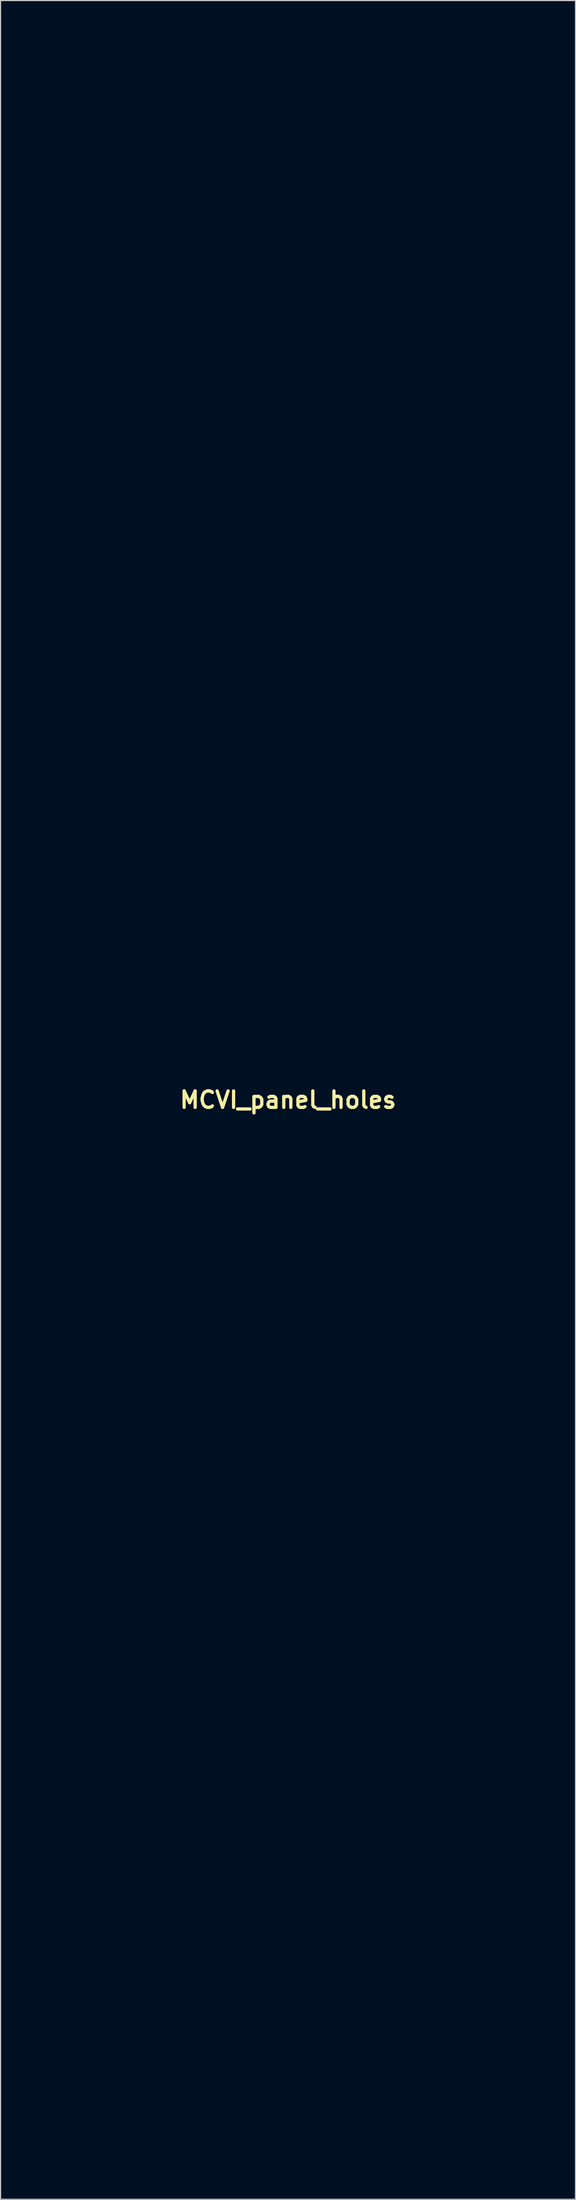
<source format=kicad_pcb>
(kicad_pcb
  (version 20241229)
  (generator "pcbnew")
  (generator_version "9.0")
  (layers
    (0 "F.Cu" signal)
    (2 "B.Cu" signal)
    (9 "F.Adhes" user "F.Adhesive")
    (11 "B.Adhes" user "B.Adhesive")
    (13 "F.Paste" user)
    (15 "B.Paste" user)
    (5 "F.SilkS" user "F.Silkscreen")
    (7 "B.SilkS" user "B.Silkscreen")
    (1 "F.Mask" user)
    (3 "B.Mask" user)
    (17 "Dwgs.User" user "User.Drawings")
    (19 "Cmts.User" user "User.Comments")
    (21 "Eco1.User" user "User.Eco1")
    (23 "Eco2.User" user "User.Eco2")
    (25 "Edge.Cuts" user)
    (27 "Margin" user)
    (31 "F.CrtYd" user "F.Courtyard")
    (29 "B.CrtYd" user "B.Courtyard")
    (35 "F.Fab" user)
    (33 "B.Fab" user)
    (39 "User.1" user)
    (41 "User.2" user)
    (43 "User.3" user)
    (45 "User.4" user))
  (footprint "MCVI_panel_holes"
    (layer "F.Cu")
    (at 23.602 98.606)
    (property "Reference" "MCVI_panel_holes" (at 0 0 0) (layer "F.SilkS") (effects (font (size 1.524 1.524) (thickness 0.3))))
    (attr through_hole)
    (fp_poly (pts (xy -10.82 78.42) (xy -10.555 78.493) (xy -10.307 78.61) (xy -10.083 78.767) (xy -9.887 78.958) (xy -9.724 79.18) (xy -9.601 79.426) (xy -9.535 79.629) (xy -9.508 79.795) (xy -9.501 79.988) (xy -9.512 80.188) (xy -9.54 80.377) (xy -9.582 80.524) (xy -9.705 80.786) (xy -9.866 81.019) (xy -10.061 81.219) (xy -10.286 81.381) (xy -10.536 81.502) (xy -10.63 81.534) (xy -10.801 81.573) (xy -10.992 81.596) (xy -11.184 81.6) (xy -11.357 81.586) (xy -11.417 81.574) (xy -11.693 81.488) (xy -11.939 81.36) (xy -12.163 81.189) (xy -12.277 81.075) (xy -12.45 80.853) (xy -12.579 80.609) (xy -12.662 80.351) (xy -12.699 80.083) (xy -12.692 79.883) (xy -12.09 79.883) (xy -12.09 80.137) (xy -11.227 80.137) (xy -11.227 81.001) (xy -10.973 81.001) (xy -10.973 80.137) (xy -10.109 80.137) (xy -10.109 79.883) (xy -10.973 79.883) (xy -10.973 78.994) (xy -11.227 78.994) (xy -11.227 79.883) (xy -12.09 79.883) (xy -12.692 79.883) (xy -12.689 79.809) (xy -12.632 79.536) (xy -12.528 79.273) (xy -12.428 79.108) (xy -12.292 78.94) (xy -12.133 78.784) (xy -11.966 78.653) (xy -11.849 78.583) (xy -11.582 78.471) (xy -11.307 78.408) (xy -11.029 78.396) (xy -10.82 78.42)) (stroke (width 0.01) (type solid)) (fill no) (layer "Eco1.User"))
    (fp_poly (pts (xy 11.463 78.437) (xy 11.72 78.522) (xy 11.962 78.652) (xy 12.169 78.813) (xy 12.367 79.024) (xy 12.517 79.254) (xy 12.622 79.504) (xy 12.68 79.777) (xy 12.693 79.921) (xy 12.686 80.204) (xy 12.636 80.463) (xy 12.54 80.702) (xy 12.396 80.928) (xy 12.231 81.117) (xy 12.088 81.251) (xy 11.956 81.353) (xy 11.817 81.432) (xy 11.656 81.5) (xy 11.584 81.526) (xy 11.396 81.573) (xy 11.189 81.598) (xy 10.984 81.6) (xy 10.8 81.578) (xy 10.782 81.574) (xy 10.495 81.483) (xy 10.24 81.352) (xy 10.017 81.184) (xy 9.829 80.978) (xy 9.675 80.735) (xy 9.582 80.524) (xy 9.538 80.364) (xy 9.51 80.174) (xy 9.501 79.973) (xy 9.505 79.883) (xy 10.109 79.883) (xy 10.109 80.137) (xy 10.973 80.137) (xy 10.973 81.001) (xy 11.227 81.001) (xy 11.227 80.137) (xy 12.09 80.137) (xy 12.09 79.883) (xy 11.227 79.883) (xy 11.227 78.994) (xy 10.973 78.994) (xy 10.973 79.883) (xy 10.109 79.883) (xy 9.505 79.883) (xy 9.509 79.782) (xy 9.535 79.629) (xy 9.626 79.367) (xy 9.76 79.125) (xy 9.932 78.907) (xy 10.136 78.722) (xy 10.368 78.576) (xy 10.389 78.565) (xy 10.653 78.462) (xy 10.924 78.406) (xy 11.195 78.399) (xy 11.463 78.437)) (stroke (width 0.01) (type solid)) (fill no) (layer "Eco1.User"))
    (fp_poly (pts (xy 0.385 47.495) (xy 0.708 47.567) (xy 1.02 47.682) (xy 1.318 47.84) (xy 1.597 48.04) (xy 1.766 48.195) (xy 1.998 48.462) (xy 2.187 48.751) (xy 2.333 49.059) (xy 2.434 49.381) (xy 2.491 49.712) (xy 2.503 50.048) (xy 2.469 50.383) (xy 2.389 50.714) (xy 2.263 51.036) (xy 2.1 51.33) (xy 1.889 51.61) (xy 1.645 51.854) (xy 1.373 52.06) (xy 1.075 52.226) (xy 0.758 52.351) (xy 0.424 52.432) (xy 0.079 52.467) (xy -0.273 52.455) (xy -0.406 52.438) (xy -0.739 52.361) (xy -1.055 52.238) (xy -1.35 52.074) (xy -1.621 51.871) (xy -1.863 51.635) (xy -2.072 51.368) (xy -2.244 51.075) (xy -2.375 50.759) (xy -2.426 50.584) (xy -2.488 50.234) (xy -2.502 49.886) (xy -0.991 49.886) (xy -0.991 50.114) (xy -0.127 50.114) (xy -0.127 50.952) (xy 0.127 50.952) (xy 0.127 50.114) (xy 0.991 50.114) (xy 0.991 49.886) (xy 0.127 49.886) (xy 0.127 48.971) (xy -0.127 48.971) (xy -0.127 49.886) (xy -0.991 49.886) (xy -2.502 49.886) (xy -2.502 49.884) (xy -2.467 49.54) (xy -2.385 49.205) (xy -2.257 48.885) (xy -2.085 48.583) (xy -1.869 48.304) (xy -1.766 48.195) (xy -1.503 47.966) (xy -1.217 47.78) (xy -0.914 47.637) (xy -0.597 47.537) (xy -0.272 47.48) (xy 0.057 47.466) (xy 0.385 47.495)) (stroke (width 0.01) (type solid)) (fill no) (layer "Eco1.User"))
    (fp_poly (pts (xy 0.161 22.474) (xy 0.286 22.479) (xy 0.391 22.489) (xy 0.49 22.507) (xy 0.598 22.533) (xy 0.61 22.536) (xy 0.939 22.644) (xy 1.237 22.788) (xy 1.51 22.972) (xy 1.768 23.201) (xy 1.779 23.212) (xy 2.009 23.48) (xy 2.197 23.771) (xy 2.341 24.081) (xy 2.44 24.405) (xy 2.494 24.738) (xy 2.502 25.077) (xy 2.464 25.415) (xy 2.378 25.749) (xy 2.251 26.061) (xy 2.074 26.366) (xy 1.858 26.641) (xy 1.607 26.882) (xy 1.327 27.087) (xy 1.02 27.252) (xy 0.69 27.373) (xy 0.508 27.419) (xy 0.338 27.446) (xy 0.146 27.463) (xy -0.048 27.47) (xy -0.222 27.464) (xy -0.282 27.458) (xy -0.629 27.391) (xy -0.954 27.28) (xy -1.256 27.13) (xy -1.531 26.945) (xy -1.776 26.727) (xy -1.991 26.481) (xy -2.171 26.21) (xy -2.315 25.917) (xy -2.421 25.607) (xy -2.485 25.283) (xy -2.506 24.949) (xy -2.499 24.867) (xy -0.991 24.867) (xy -0.991 25.121) (xy -0.127 25.121) (xy -0.127 25.959) (xy 0.127 25.959) (xy 0.127 25.121) (xy 0.991 25.121) (xy 0.991 24.867) (xy 0.127 24.867) (xy 0.127 23.978) (xy -0.127 23.978) (xy -0.127 24.867) (xy -0.991 24.867) (xy -2.499 24.867) (xy -2.48 24.608) (xy -2.413 24.289) (xy -2.297 23.964) (xy -2.134 23.657) (xy -1.926 23.372) (xy -1.768 23.2) (xy -1.507 22.969) (xy -1.228 22.783) (xy -0.923 22.638) (xy -0.61 22.536) (xy -0.5 22.509) (xy -0.401 22.491) (xy -0.297 22.48) (xy -0.175 22.474) (xy -0.018 22.472) (xy 0 22.472) (xy 0.161 22.474)) (stroke (width 0.01) (type solid)) (fill no) (layer "Eco1.User"))
    (fp_poly (pts (xy 20.066 95.406) (xy 20.369 95.407) (xy 20.654 95.408) (xy 22.339 95.415) (xy 22.522 95.482) (xy 22.783 95.603) (xy 23.015 95.766) (xy 23.214 95.966) (xy 23.38 96.201) (xy 23.508 96.469) (xy 23.536 96.545) (xy 23.567 96.678) (xy 23.583 96.843) (xy 23.587 97.024) (xy 23.576 97.206) (xy 23.553 97.371) (xy 23.528 97.472) (xy 23.42 97.729) (xy 23.27 97.964) (xy 23.083 98.17) (xy 22.863 98.344) (xy 22.615 98.48) (xy 22.479 98.534) (xy 22.445 98.545) (xy 22.412 98.554) (xy 22.375 98.563) (xy 22.331 98.569) (xy 22.276 98.575) (xy 22.205 98.58) (xy 22.114 98.583) (xy 22 98.586) (xy 21.859 98.588) (xy 21.687 98.59) (xy 21.479 98.591) (xy 21.231 98.592) (xy 20.941 98.593) (xy 20.65 98.594) (xy 20.363 98.594) (xy 20.09 98.595) (xy 19.835 98.594) (xy 19.604 98.594) (xy 19.399 98.593) (xy 19.227 98.592) (xy 19.09 98.591) (xy 18.994 98.589) (xy 18.942 98.587) (xy 18.936 98.587) (xy 18.771 98.547) (xy 18.636 98.502) (xy 18.509 98.447) (xy 18.507 98.446) (xy 18.26 98.299) (xy 18.048 98.118) (xy 17.873 97.906) (xy 17.738 97.668) (xy 17.646 97.408) (xy 17.6 97.131) (xy 17.594 97.003) (xy 17.602 96.813) (xy 17.63 96.643) (xy 17.681 96.476) (xy 17.76 96.293) (xy 17.892 96.072) (xy 18.065 95.872) (xy 18.269 95.698) (xy 18.498 95.558) (xy 18.741 95.46) (xy 18.812 95.44) (xy 18.849 95.432) (xy 18.896 95.425) (xy 18.956 95.42) (xy 19.033 95.415) (xy 19.13 95.412) (xy 19.253 95.409) (xy 19.404 95.407) (xy 19.587 95.406) (xy 19.806 95.406) (xy 20.066 95.406)) (stroke (width 0.01) (type solid)) (fill no) (layer "Eco1.User"))
    (fp_poly (pts (xy 20.079 -98.6) (xy 20.389 -98.599) (xy 20.676 -98.598) (xy 21.004 -98.596) (xy 21.287 -98.595) (xy 21.526 -98.593) (xy 21.727 -98.591) (xy 21.893 -98.589) (xy 22.028 -98.586) (xy 22.137 -98.583) (xy 22.223 -98.579) (xy 22.29 -98.574) (xy 22.343 -98.568) (xy 22.385 -98.56) (xy 22.421 -98.552) (xy 22.455 -98.542) (xy 22.479 -98.533) (xy 22.738 -98.419) (xy 22.973 -98.264) (xy 23.178 -98.074) (xy 23.348 -97.853) (xy 23.478 -97.607) (xy 23.528 -97.472) (xy 23.561 -97.328) (xy 23.58 -97.157) (xy 23.587 -96.973) (xy 23.58 -96.795) (xy 23.56 -96.637) (xy 23.536 -96.545) (xy 23.418 -96.269) (xy 23.262 -96.025) (xy 23.071 -95.815) (xy 22.848 -95.643) (xy 22.594 -95.51) (xy 22.522 -95.482) (xy 22.339 -95.415) (xy 20.637 -95.41) (xy 20.291 -95.409) (xy 19.992 -95.409) (xy 19.736 -95.409) (xy 19.52 -95.41) (xy 19.34 -95.411) (xy 19.192 -95.413) (xy 19.074 -95.416) (xy 18.98 -95.42) (xy 18.907 -95.425) (xy 18.852 -95.431) (xy 18.812 -95.438) (xy 18.796 -95.442) (xy 18.553 -95.531) (xy 18.322 -95.661) (xy 18.112 -95.827) (xy 17.931 -96.021) (xy 17.789 -96.236) (xy 17.76 -96.293) (xy 17.68 -96.479) (xy 17.629 -96.647) (xy 17.602 -96.816) (xy 17.594 -97.003) (xy 17.619 -97.282) (xy 17.691 -97.547) (xy 17.807 -97.795) (xy 17.962 -98.02) (xy 18.155 -98.217) (xy 18.381 -98.381) (xy 18.605 -98.495) (xy 18.659 -98.516) (xy 18.712 -98.535) (xy 18.768 -98.551) (xy 18.832 -98.564) (xy 18.906 -98.575) (xy 18.996 -98.583) (xy 19.105 -98.59) (xy 19.237 -98.595) (xy 19.396 -98.598) (xy 19.587 -98.6) (xy 19.814 -98.6) (xy 20.079 -98.6)) (stroke (width 0.01) (type solid)) (fill no) (layer "Eco1.User"))
    (fp_poly (pts (xy 0.253 -2.518) (xy 0.473 -2.493) (xy 0.677 -2.448) (xy 0.879 -2.378) (xy 1.062 -2.298) (xy 1.302 -2.171) (xy 1.51 -2.031) (xy 1.705 -1.862) (xy 1.793 -1.774) (xy 2.025 -1.501) (xy 2.211 -1.205) (xy 2.354 -0.884) (xy 2.442 -0.592) (xy 2.471 -0.432) (xy 2.49 -0.243) (xy 2.498 -0.042) (xy 2.496 0.154) (xy 2.482 0.328) (xy 2.467 0.419) (xy 2.369 0.772) (xy 2.228 1.101) (xy 2.047 1.402) (xy 1.828 1.673) (xy 1.573 1.911) (xy 1.286 2.111) (xy 1.105 2.21) (xy 0.914 2.298) (xy 0.741 2.362) (xy 0.571 2.406) (xy 0.388 2.434) (xy 0.178 2.449) (xy 0.064 2.452) (xy -0.076 2.454) (xy -0.201 2.454) (xy -0.302 2.452) (xy -0.367 2.449) (xy -0.381 2.447) (xy -0.747 2.352) (xy -1.085 2.216) (xy -1.393 2.042) (xy -1.668 1.831) (xy -1.909 1.585) (xy -2.114 1.305) (xy -2.22 1.118) (xy -2.342 0.85) (xy -2.426 0.594) (xy -2.477 0.332) (xy -2.497 0.047) (xy -2.498 -0.051) (xy -2.492 -0.127) (xy -0.991 -0.127) (xy -0.991 0.127) (xy -0.127 0.127) (xy -0.127 0.965) (xy 0.127 0.965) (xy 0.127 0.127) (xy 0.991 0.127) (xy 0.991 -0.127) (xy 0.127 -0.127) (xy 0.127 -1.016) (xy -0.127 -1.016) (xy -0.127 -0.127) (xy -0.991 -0.127) (xy -2.492 -0.127) (xy -2.472 -0.409) (xy -2.398 -0.751) (xy -2.278 -1.075) (xy -2.111 -1.378) (xy -1.9 -1.658) (xy -1.735 -1.831) (xy -1.589 -1.965) (xy -1.459 -2.07) (xy -1.328 -2.158) (xy -1.18 -2.24) (xy -1.057 -2.301) (xy -0.844 -2.392) (xy -0.642 -2.457) (xy -0.436 -2.499) (xy -0.209 -2.52) (xy 0 -2.525) (xy 0.253 -2.518)) (stroke (width 0.01) (type solid)) (fill no) (layer "Eco1.User"))
    (fp_poly (pts (xy -20.393 95.398) (xy -20.126 95.399) (xy -19.868 95.401) (xy -19.626 95.405) (xy -19.404 95.409) (xy -19.208 95.414) (xy -19.044 95.421) (xy -18.917 95.428) (xy -18.832 95.436) (xy -18.808 95.441) (xy -18.557 95.529) (xy -18.321 95.661) (xy -18.108 95.828) (xy -17.927 96.025) (xy -17.784 96.246) (xy -17.76 96.293) (xy -17.683 96.472) (xy -17.633 96.631) (xy -17.606 96.792) (xy -17.597 96.974) (xy -17.598 97.012) (xy -17.623 97.299) (xy -17.695 97.566) (xy -17.812 97.811) (xy -17.97 98.032) (xy -18.17 98.225) (xy -18.408 98.39) (xy -18.684 98.522) (xy -18.713 98.534) (xy -18.743 98.545) (xy -18.773 98.554) (xy -18.807 98.562) (xy -18.849 98.569) (xy -18.903 98.575) (xy -18.973 98.579) (xy -19.063 98.583) (xy -19.176 98.586) (xy -19.317 98.588) (xy -19.49 98.59) (xy -19.698 98.592) (xy -19.946 98.593) (xy -20.236 98.594) (xy -20.536 98.595) (xy -20.871 98.596) (xy -21.159 98.597) (xy -21.404 98.597) (xy -21.61 98.597) (xy -21.782 98.596) (xy -21.923 98.594) (xy -22.038 98.592) (xy -22.129 98.588) (xy -22.202 98.584) (xy -22.261 98.579) (xy -22.308 98.572) (xy -22.35 98.564) (xy -22.388 98.554) (xy -22.394 98.553) (xy -22.66 98.457) (xy -22.9 98.321) (xy -23.11 98.148) (xy -23.288 97.944) (xy -23.428 97.712) (xy -23.529 97.458) (xy -23.585 97.186) (xy -23.597 96.991) (xy -23.572 96.717) (xy -23.501 96.455) (xy -23.388 96.211) (xy -23.236 95.989) (xy -23.049 95.795) (xy -22.831 95.633) (xy -22.586 95.509) (xy -22.384 95.442) (xy -22.323 95.433) (xy -22.217 95.425) (xy -22.07 95.418) (xy -21.89 95.412) (xy -21.68 95.407) (xy -21.448 95.403) (xy -21.197 95.401) (xy -20.934 95.399) (xy -20.664 95.398) (xy -20.393 95.398)) (stroke (width 0.01) (type solid)) (fill no) (layer "Eco1.User"))
    (fp_poly (pts (xy -19.586 -98.6) (xy -19.414 -98.599) (xy -19.272 -98.598) (xy -19.157 -98.595) (xy -19.065 -98.591) (xy -18.992 -98.587) (xy -18.933 -98.581) (xy -18.885 -98.574) (xy -18.844 -98.566) (xy -18.834 -98.563) (xy -18.571 -98.476) (xy -18.327 -98.345) (xy -18.11 -98.177) (xy -17.925 -97.977) (xy -17.779 -97.748) (xy -17.77 -97.73) (xy -17.685 -97.537) (xy -17.631 -97.352) (xy -17.604 -97.156) (xy -17.599 -96.99) (xy -17.619 -96.717) (xy -17.68 -96.469) (xy -17.785 -96.239) (xy -17.936 -96.021) (xy -18.072 -95.872) (xy -18.287 -95.686) (xy -18.515 -95.548) (xy -18.762 -95.453) (xy -18.808 -95.441) (xy -18.867 -95.432) (xy -18.971 -95.425) (xy -19.115 -95.419) (xy -19.294 -95.413) (xy -19.502 -95.409) (xy -19.733 -95.405) (xy -19.982 -95.403) (xy -20.244 -95.401) (xy -20.512 -95.401) (xy -20.783 -95.401) (xy -21.05 -95.402) (xy -21.307 -95.404) (xy -21.55 -95.407) (xy -21.773 -95.411) (xy -21.97 -95.416) (xy -22.136 -95.422) (xy -22.266 -95.429) (xy -22.353 -95.437) (xy -22.382 -95.442) (xy -22.61 -95.519) (xy -22.834 -95.637) (xy -23.041 -95.786) (xy -23.215 -95.957) (xy -23.244 -95.993) (xy -23.352 -96.153) (xy -23.451 -96.343) (xy -23.53 -96.542) (xy -23.561 -96.647) (xy -23.586 -96.804) (xy -23.593 -96.989) (xy -23.582 -97.184) (xy -23.554 -97.368) (xy -23.524 -97.485) (xy -23.417 -97.737) (xy -23.268 -97.967) (xy -23.081 -98.172) (xy -22.862 -98.344) (xy -22.617 -98.479) (xy -22.479 -98.534) (xy -22.445 -98.545) (xy -22.411 -98.554) (xy -22.374 -98.563) (xy -22.329 -98.57) (xy -22.273 -98.575) (xy -22.2 -98.58) (xy -22.108 -98.584) (xy -21.993 -98.587) (xy -21.85 -98.59) (xy -21.674 -98.592) (xy -21.464 -98.593) (xy -21.213 -98.595) (xy -20.919 -98.596) (xy -20.663 -98.598) (xy -20.328 -98.599) (xy -20.039 -98.6) (xy -19.793 -98.601) (xy -19.586 -98.6)) (stroke (width 0.01) (type solid)) (fill no) (layer "Eco1.User"))
    (fp_poly (pts (xy -12.333 -29.958) (xy -11.841 -29.869) (xy -11.745 -29.846) (xy -11.278 -29.702) (xy -10.832 -29.514) (xy -10.409 -29.284) (xy -10.012 -29.015) (xy -9.643 -28.709) (xy -9.305 -28.37) (xy -8.999 -28.001) (xy -8.73 -27.603) (xy -8.498 -27.18) (xy -8.307 -26.735) (xy -8.159 -26.27) (xy -8.057 -25.789) (xy -8.041 -25.683) (xy -8.022 -25.502) (xy -8.009 -25.289) (xy -8.003 -25.059) (xy -8.003 -24.829) (xy -8.01 -24.615) (xy -8.025 -24.433) (xy -8.028 -24.409) (xy -8.115 -23.909) (xy -8.248 -23.427) (xy -8.428 -22.964) (xy -8.651 -22.523) (xy -8.917 -22.107) (xy -9.223 -21.719) (xy -9.568 -21.361) (xy -9.95 -21.035) (xy -10.266 -20.81) (xy -10.686 -20.564) (xy -11.129 -20.361) (xy -11.591 -20.2) (xy -12.066 -20.085) (xy -12.549 -20.015) (xy -13.034 -19.993) (xy -13.5 -20.018) (xy -13.994 -20.094) (xy -14.476 -20.219) (xy -14.942 -20.391) (xy -15.389 -20.608) (xy -15.813 -20.868) (xy -16.211 -21.17) (xy -16.533 -21.465) (xy -16.869 -21.836) (xy -17.162 -22.232) (xy -17.413 -22.65) (xy -17.619 -23.087) (xy -17.782 -23.54) (xy -17.9 -24.004) (xy -17.973 -24.477) (xy -18 -24.956) (xy -17.994 -25.121) (xy -15.494 -25.121) (xy -15.494 -24.867) (xy -13.132 -24.867) (xy -13.132 -22.504) (xy -12.878 -22.504) (xy -12.878 -24.867) (xy -10.49 -24.867) (xy -10.49 -25.12) (xy -12.865 -25.133) (xy -12.872 -26.321) (xy -12.878 -27.508) (xy -13.132 -27.508) (xy -13.132 -25.121) (xy -15.494 -25.121) (xy -17.994 -25.121) (xy -17.981 -25.437) (xy -17.915 -25.917) (xy -17.801 -26.392) (xy -17.639 -26.86) (xy -17.501 -27.173) (xy -17.262 -27.611) (xy -16.985 -28.018) (xy -16.675 -28.39) (xy -16.333 -28.728) (xy -15.962 -29.029) (xy -15.566 -29.292) (xy -15.148 -29.516) (xy -14.71 -29.699) (xy -14.256 -29.841) (xy -13.788 -29.939) (xy -13.31 -29.992) (xy -12.824 -29.999) (xy -12.333 -29.958)) (stroke (width 0.01) (type solid)) (fill no) (layer "Eco1.User"))
    (fp_poly (pts (xy 13.175 67.503) (xy 13.498 67.548) (xy 13.811 67.634) (xy 14.11 67.76) (xy 14.391 67.923) (xy 14.65 68.121) (xy 14.882 68.354) (xy 15.085 68.619) (xy 15.253 68.915) (xy 15.384 69.24) (xy 15.423 69.367) (xy 15.445 69.456) (xy 15.461 69.539) (xy 15.471 69.628) (xy 15.477 69.733) (xy 15.48 69.868) (xy 15.48 70.015) (xy 15.479 70.179) (xy 15.475 70.303) (xy 15.469 70.401) (xy 15.458 70.482) (xy 15.442 70.559) (xy 15.418 70.643) (xy 15.409 70.675) (xy 15.325 70.92) (xy 15.228 71.134) (xy 15.11 71.338) (xy 15.057 71.418) (xy 14.839 71.69) (xy 14.587 71.93) (xy 14.305 72.132) (xy 14 72.294) (xy 13.677 72.41) (xy 13.663 72.414) (xy 13.566 72.436) (xy 13.444 72.459) (xy 13.31 72.48) (xy 13.177 72.498) (xy 13.061 72.51) (xy 12.975 72.514) (xy 12.954 72.513) (xy 12.912 72.509) (xy 12.834 72.501) (xy 12.737 72.491) (xy 12.718 72.489) (xy 12.379 72.43) (xy 12.061 72.326) (xy 11.766 72.184) (xy 11.496 72.005) (xy 11.253 71.795) (xy 11.041 71.557) (xy 10.86 71.295) (xy 10.713 71.012) (xy 10.602 70.713) (xy 10.529 70.401) (xy 10.496 70.08) (xy 10.502 69.875) (xy 12.014 69.875) (xy 12.014 70.129) (xy 12.878 70.129) (xy 12.878 70.993) (xy 13.132 70.993) (xy 13.132 70.129) (xy 13.995 70.129) (xy 13.995 69.875) (xy 13.132 69.875) (xy 13.132 69.012) (xy 12.878 69.012) (xy 12.878 69.875) (xy 12.014 69.875) (xy 10.502 69.875) (xy 10.506 69.754) (xy 10.56 69.428) (xy 10.662 69.103) (xy 10.732 68.94) (xy 10.853 68.709) (xy 10.986 68.51) (xy 11.144 68.323) (xy 11.269 68.198) (xy 11.415 68.064) (xy 11.544 67.959) (xy 11.671 67.872) (xy 11.811 67.793) (xy 11.856 67.77) (xy 12.182 67.633) (xy 12.512 67.544) (xy 12.845 67.501) (xy 13.175 67.503)) (stroke (width 0.01) (type solid)) (fill no) (layer "Eco1.User"))
    (fp_poly (pts (xy 13.585 45.031) (xy 14.063 45.112) (xy 14.529 45.238) (xy 14.982 45.409) (xy 15.418 45.625) (xy 15.834 45.883) (xy 16.227 46.184) (xy 16.594 46.526) (xy 16.909 46.879) (xy 17.175 47.244) (xy 17.408 47.641) (xy 17.606 48.063) (xy 17.766 48.505) (xy 17.887 48.959) (xy 17.966 49.418) (xy 18.001 49.875) (xy 17.99 50.323) (xy 17.988 50.347) (xy 17.921 50.861) (xy 17.807 51.357) (xy 17.649 51.832) (xy 17.446 52.284) (xy 17.201 52.711) (xy 16.915 53.111) (xy 16.588 53.482) (xy 16.222 53.822) (xy 15.818 54.129) (xy 15.735 54.185) (xy 15.312 54.434) (xy 14.866 54.64) (xy 14.4 54.801) (xy 13.921 54.916) (xy 13.433 54.984) (xy 12.94 55.004) (xy 12.636 54.991) (xy 12.142 54.93) (xy 11.664 54.823) (xy 11.204 54.672) (xy 10.765 54.478) (xy 10.349 54.245) (xy 9.958 53.974) (xy 9.596 53.668) (xy 9.264 53.329) (xy 8.965 52.96) (xy 8.701 52.562) (xy 8.475 52.139) (xy 8.289 51.692) (xy 8.145 51.224) (xy 8.047 50.736) (xy 8.028 50.597) (xy 8.014 50.449) (xy 8.006 50.264) (xy 8.002 50.061) (xy 8.003 49.86) (xy 10.49 49.86) (xy 10.49 50.14) (xy 12.878 50.14) (xy 12.878 52.502) (xy 13.132 52.502) (xy 13.132 50.14) (xy 15.494 50.14) (xy 15.494 49.86) (xy 13.132 49.86) (xy 13.132 47.498) (xy 12.878 47.498) (xy 12.878 49.86) (xy 10.49 49.86) (xy 8.003 49.86) (xy 8.003 49.852) (xy 8.009 49.655) (xy 8.019 49.484) (xy 8.028 49.402) (xy 8.113 48.912) (xy 8.245 48.439) (xy 8.42 47.984) (xy 8.637 47.551) (xy 8.893 47.142) (xy 9.186 46.761) (xy 9.513 46.41) (xy 9.872 46.091) (xy 10.262 45.808) (xy 10.678 45.563) (xy 11.12 45.359) (xy 11.585 45.198) (xy 11.626 45.186) (xy 12.117 45.074) (xy 12.61 45.011) (xy 13.1 44.997) (xy 13.585 45.031)) (stroke (width 0.01) (type solid)) (fill no) (layer "Eco1.User"))
    (fp_poly (pts (xy 0.013 -27.518) (xy 0.177 -27.517) (xy 0.301 -27.514) (xy 0.398 -27.508) (xy 0.479 -27.497) (xy 0.556 -27.481) (xy 0.639 -27.458) (xy 0.668 -27.449) (xy 1.018 -27.318) (xy 1.336 -27.149) (xy 1.62 -26.943) (xy 1.869 -26.702) (xy 2.082 -26.426) (xy 2.234 -26.162) (xy 2.349 -25.904) (xy 2.429 -25.653) (xy 2.476 -25.395) (xy 2.496 -25.113) (xy 2.496 -25.006) (xy 2.472 -24.651) (xy 2.402 -24.318) (xy 2.285 -24.005) (xy 2.122 -23.708) (xy 1.91 -23.426) (xy 1.803 -23.308) (xy 1.705 -23.21) (xy 1.599 -23.112) (xy 1.502 -23.03) (xy 1.459 -22.998) (xy 1.301 -22.897) (xy 1.112 -22.797) (xy 0.912 -22.707) (xy 0.72 -22.634) (xy 0.622 -22.605) (xy 0.466 -22.574) (xy 0.278 -22.552) (xy 0.074 -22.54) (xy -0.13 -22.538) (xy -0.315 -22.548) (xy -0.449 -22.566) (xy -0.655 -22.612) (xy -0.842 -22.673) (xy -1.035 -22.756) (xy -1.105 -22.79) (xy -1.337 -22.918) (xy -1.541 -23.063) (xy -1.735 -23.238) (xy -1.803 -23.308) (xy -2.02 -23.562) (xy -2.192 -23.825) (xy -2.326 -24.108) (xy -2.428 -24.424) (xy -2.43 -24.432) (xy -2.461 -24.561) (xy -2.48 -24.681) (xy -2.492 -24.811) (xy -2.496 -24.97) (xy -2.497 -25.006) (xy -2.496 -25.121) (xy -0.991 -25.121) (xy -0.991 -24.867) (xy -0.127 -24.867) (xy -0.127 -24.028) (xy 0.127 -24.028) (xy 0.127 -24.867) (xy 0.991 -24.867) (xy 0.991 -25.121) (xy 0.127 -25.121) (xy 0.127 -26.035) (xy -0.127 -26.035) (xy -0.127 -25.121) (xy -0.991 -25.121) (xy -2.496 -25.121) (xy -2.495 -25.148) (xy -2.489 -25.286) (xy -2.479 -25.406) (xy -2.467 -25.489) (xy -2.367 -25.848) (xy -2.226 -26.179) (xy -2.044 -26.479) (xy -1.824 -26.748) (xy -1.568 -26.983) (xy -1.275 -27.183) (xy -0.949 -27.347) (xy -0.591 -27.472) (xy -0.584 -27.474) (xy -0.506 -27.492) (xy -0.419 -27.505) (xy -0.314 -27.513) (xy -0.179 -27.518) (xy -0.005 -27.519) (xy 0.013 -27.518)) (stroke (width 0.01) (type solid)) (fill no) (layer "Eco1.User"))
    (fp_poly (pts (xy -12.731 20.003) (xy -12.258 20.051) (xy -11.786 20.145) (xy -11.318 20.286) (xy -10.857 20.476) (xy -10.833 20.487) (xy -10.398 20.722) (xy -9.992 20.997) (xy -9.617 21.309) (xy -9.276 21.656) (xy -8.97 22.034) (xy -8.701 22.441) (xy -8.472 22.875) (xy -8.285 23.332) (xy -8.14 23.81) (xy -8.041 24.306) (xy -8.037 24.333) (xy -8.019 24.511) (xy -8.008 24.724) (xy -8.005 24.96) (xy -8.008 25.203) (xy -8.019 25.439) (xy -8.037 25.655) (xy -8.061 25.837) (xy -8.064 25.857) (xy -8.178 26.348) (xy -8.337 26.818) (xy -8.538 27.265) (xy -8.779 27.687) (xy -9.057 28.08) (xy -9.371 28.445) (xy -9.717 28.776) (xy -10.094 29.074) (xy -10.498 29.334) (xy -10.928 29.556) (xy -11.382 29.736) (xy -11.856 29.872) (xy -12.315 29.958) (xy -12.535 29.98) (xy -12.787 29.992) (xy -13.054 29.995) (xy -13.319 29.987) (xy -13.565 29.969) (xy -13.741 29.948) (xy -14.239 29.846) (xy -14.716 29.698) (xy -15.172 29.506) (xy -15.604 29.271) (xy -16.009 28.996) (xy -16.384 28.682) (xy -16.728 28.331) (xy -17.038 27.945) (xy -17.311 27.525) (xy -17.488 27.196) (xy -17.686 26.735) (xy -17.837 26.261) (xy -17.939 25.778) (xy -17.992 25.29) (xy -17.997 24.867) (xy -15.494 24.867) (xy -15.494 25.121) (xy -13.132 25.121) (xy -13.132 27.508) (xy -12.878 27.508) (xy -12.872 26.321) (xy -12.865 25.133) (xy -11.678 25.127) (xy -10.49 25.12) (xy -10.49 24.867) (xy -12.878 24.867) (xy -12.878 22.504) (xy -13.132 22.504) (xy -13.132 24.867) (xy -15.494 24.867) (xy -17.997 24.867) (xy -17.997 24.799) (xy -17.954 24.31) (xy -17.861 23.824) (xy -17.72 23.347) (xy -17.614 23.072) (xy -17.4 22.623) (xy -17.147 22.204) (xy -16.86 21.819) (xy -16.541 21.467) (xy -16.193 21.15) (xy -15.82 20.868) (xy -15.423 20.624) (xy -15.007 20.419) (xy -14.574 20.252) (xy -14.126 20.126) (xy -13.668 20.042) (xy -13.202 20.001) (xy -12.731 20.003)) (stroke (width 0.01) (type solid)) (fill no) (layer "Eco1.User"))
    (fp_poly (pts (xy -12.522 -4.982) (xy -12.031 -4.91) (xy -11.773 -4.852) (xy -11.297 -4.706) (xy -10.843 -4.516) (xy -10.414 -4.285) (xy -10.012 -4.014) (xy -9.639 -3.708) (xy -9.299 -3.368) (xy -8.992 -2.997) (xy -8.722 -2.598) (xy -8.49 -2.173) (xy -8.3 -1.725) (xy -8.153 -1.256) (xy -8.053 -0.77) (xy -8.041 -0.69) (xy -8.019 -0.476) (xy -8.006 -0.23) (xy -8.002 0.031) (xy -8.008 0.291) (xy -8.023 0.53) (xy -8.041 0.69) (xy -8.133 1.176) (xy -8.271 1.644) (xy -8.452 2.091) (xy -8.672 2.514) (xy -8.931 2.912) (xy -9.224 3.282) (xy -9.549 3.623) (xy -9.905 3.931) (xy -10.288 4.204) (xy -10.695 4.441) (xy -11.125 4.64) (xy -11.575 4.797) (xy -12.041 4.911) (xy -12.522 4.98) (xy -13.015 5.001) (xy -13.026 5) (xy -13.177 4.997) (xy -13.331 4.991) (xy -13.47 4.983) (xy -13.576 4.974) (xy -13.576 4.974) (xy -13.803 4.94) (xy -14.056 4.888) (xy -14.317 4.823) (xy -14.568 4.748) (xy -14.655 4.719) (xy -15.114 4.532) (xy -15.548 4.302) (xy -15.955 4.032) (xy -16.333 3.725) (xy -16.678 3.384) (xy -16.989 3.011) (xy -17.264 2.61) (xy -17.498 2.183) (xy -17.691 1.733) (xy -17.839 1.264) (xy -17.895 1.022) (xy -17.973 0.525) (xy -18.001 0.03) (xy -17.994 -0.127) (xy -15.494 -0.127) (xy -15.494 0.127) (xy -13.132 0.127) (xy -13.132 2.489) (xy -12.878 2.489) (xy -12.865 0.14) (xy -11.678 0.133) (xy -10.49 0.126) (xy -10.49 -0.126) (xy -12.865 -0.14) (xy -12.878 -2.489) (xy -13.132 -2.489) (xy -13.132 -0.127) (xy -15.494 -0.127) (xy -17.994 -0.127) (xy -17.98 -0.462) (xy -17.911 -0.947) (xy -17.795 -1.421) (xy -17.633 -1.881) (xy -17.426 -2.325) (xy -17.174 -2.749) (xy -16.88 -3.15) (xy -16.543 -3.525) (xy -16.536 -3.532) (xy -16.166 -3.868) (xy -15.77 -4.163) (xy -15.349 -4.415) (xy -14.909 -4.624) (xy -14.452 -4.788) (xy -13.981 -4.907) (xy -13.5 -4.979) (xy -13.013 -5.005) (xy -12.522 -4.982)) (stroke (width 0.01) (type solid)) (fill no) (layer "Eco1.User"))
    (fp_poly (pts (xy 0.402 -68.479) (xy 0.803 -68.411) (xy 1.068 -68.337) (xy 1.461 -68.184) (xy 1.826 -67.99) (xy 2.163 -67.755) (xy 2.468 -67.485) (xy 2.74 -67.18) (xy 2.976 -66.844) (xy 3.172 -66.479) (xy 3.328 -66.088) (xy 3.433 -65.71) (xy 3.456 -65.6) (xy 3.472 -65.5) (xy 3.482 -65.395) (xy 3.488 -65.275) (xy 3.491 -65.125) (xy 3.491 -64.986) (xy 3.49 -64.811) (xy 3.486 -64.673) (xy 3.479 -64.562) (xy 3.467 -64.463) (xy 3.449 -64.364) (xy 3.425 -64.252) (xy 3.423 -64.243) (xy 3.301 -63.833) (xy 3.137 -63.446) (xy 2.933 -63.087) (xy 2.69 -62.758) (xy 2.412 -62.46) (xy 2.102 -62.197) (xy 1.761 -61.971) (xy 1.392 -61.785) (xy 0.998 -61.641) (xy 0.768 -61.58) (xy 0.601 -61.549) (xy 0.402 -61.525) (xy 0.186 -61.509) (xy -0.032 -61.501) (xy -0.235 -61.503) (xy -0.409 -61.514) (xy -0.455 -61.519) (xy -0.868 -61.602) (xy -1.264 -61.732) (xy -1.64 -61.907) (xy -1.993 -62.123) (xy -2.319 -62.38) (xy -2.615 -62.674) (xy -2.878 -63.004) (xy -3.043 -63.259) (xy -3.148 -63.46) (xy -3.249 -63.696) (xy -3.339 -63.947) (xy -3.411 -64.197) (xy -3.423 -64.243) (xy -3.448 -64.356) (xy -3.466 -64.455) (xy -3.478 -64.554) (xy -3.485 -64.664) (xy -3.489 -64.799) (xy -3.491 -64.97) (xy -3.491 -64.986) (xy -3.49 -65.126) (xy -2.489 -65.126) (xy -2.489 -64.872) (xy -0.127 -64.872) (xy -0.127 -62.509) (xy 0.127 -62.509) (xy 0.127 -64.872) (xy 2.489 -64.872) (xy 2.489 -65.126) (xy 0.127 -65.126) (xy 0.127 -67.488) (xy -0.127 -67.488) (xy -0.127 -65.126) (xy -2.489 -65.126) (xy -3.49 -65.126) (xy -3.49 -65.183) (xy -3.485 -65.34) (xy -3.475 -65.469) (xy -3.461 -65.58) (xy -3.446 -65.658) (xy -3.331 -66.08) (xy -3.175 -66.475) (xy -2.978 -66.843) (xy -2.742 -67.181) (xy -2.47 -67.486) (xy -2.164 -67.757) (xy -1.824 -67.991) (xy -1.454 -68.187) (xy -1.21 -68.287) (xy -0.82 -68.405) (xy -0.417 -68.476) (xy -0.008 -68.501) (xy 0.402 -68.479)) (stroke (width 0.01) (type solid)) (fill no) (layer "Eco1.User"))
    (fp_poly (pts (xy -12.632 45.01) (xy -12.147 45.069) (xy -11.67 45.176) (xy -11.206 45.328) (xy -10.756 45.527) (xy -10.325 45.77) (xy -10.026 45.976) (xy -9.636 46.295) (xy -9.284 46.648) (xy -8.969 47.033) (xy -8.695 47.446) (xy -8.463 47.884) (xy -8.275 48.345) (xy -8.143 48.79) (xy -8.102 48.959) (xy -8.071 49.107) (xy -8.048 49.242) (xy -8.032 49.379) (xy -8.021 49.527) (xy -8.016 49.698) (xy -8.014 49.904) (xy -8.014 50) (xy -8.015 50.223) (xy -8.019 50.407) (xy -8.027 50.563) (xy -8.04 50.703) (xy -8.06 50.837) (xy -8.088 50.978) (xy -8.125 51.137) (xy -8.143 51.21) (xy -8.287 51.686) (xy -8.475 52.141) (xy -8.706 52.572) (xy -8.976 52.976) (xy -9.283 53.351) (xy -9.624 53.695) (xy -9.997 54.004) (xy -10.4 54.277) (xy -10.828 54.51) (xy -11.281 54.701) (xy -11.713 54.836) (xy -12.128 54.925) (xy -12.565 54.982) (xy -13.004 55.003) (xy -13.387 54.99) (xy -13.868 54.929) (xy -14.339 54.82) (xy -14.798 54.665) (xy -15.24 54.467) (xy -15.662 54.228) (xy -16.059 53.95) (xy -16.429 53.636) (xy -16.766 53.288) (xy -17.067 52.909) (xy -17.288 52.57) (xy -17.526 52.122) (xy -17.715 51.659) (xy -17.857 51.186) (xy -17.951 50.706) (xy -17.996 50.221) (xy -17.995 49.86) (xy -15.494 49.86) (xy -15.494 50.14) (xy -13.132 50.14) (xy -13.132 52.502) (xy -12.878 52.502) (xy -12.878 50.14) (xy -10.503 50.127) (xy -10.503 49.873) (xy -11.69 49.866) (xy -12.878 49.86) (xy -12.878 47.498) (xy -13.132 47.498) (xy -13.132 49.86) (xy -15.494 49.86) (xy -17.995 49.86) (xy -17.994 49.734) (xy -17.944 49.25) (xy -17.846 48.77) (xy -17.7 48.298) (xy -17.506 47.836) (xy -17.288 47.429) (xy -17.041 47.057) (xy -16.752 46.699) (xy -16.428 46.364) (xy -16.079 46.06) (xy -15.773 45.836) (xy -15.591 45.723) (xy -15.375 45.604) (xy -15.142 45.487) (xy -14.908 45.38) (xy -14.689 45.291) (xy -14.581 45.253) (xy -14.099 45.119) (xy -13.611 45.034) (xy -13.121 44.998) (xy -12.632 45.01)) (stroke (width 0.01) (type solid)) (fill no) (layer "Eco1.User"))
    (fp_poly (pts (xy 13.338 20.008) (xy 13.798 20.06) (xy 14.252 20.155) (xy 14.698 20.293) (xy 15.132 20.473) (xy 15.552 20.697) (xy 15.953 20.963) (xy 16.334 21.273) (xy 16.556 21.486) (xy 16.881 21.849) (xy 17.169 22.242) (xy 17.418 22.658) (xy 17.624 23.093) (xy 17.784 23.54) (xy 17.817 23.655) (xy 17.928 24.157) (xy 17.988 24.658) (xy 17.999 25.156) (xy 17.959 25.649) (xy 17.869 26.136) (xy 17.73 26.615) (xy 17.541 27.085) (xy 17.488 27.196) (xy 17.244 27.637) (xy 16.962 28.046) (xy 16.644 28.422) (xy 16.292 28.763) (xy 15.91 29.067) (xy 15.5 29.332) (xy 15.064 29.556) (xy 14.606 29.738) (xy 14.127 29.875) (xy 13.632 29.965) (xy 13.59 29.971) (xy 13.441 29.984) (xy 13.257 29.991) (xy 13.05 29.994) (xy 12.837 29.992) (xy 12.63 29.985) (xy 12.445 29.973) (xy 12.296 29.957) (xy 12.294 29.957) (xy 11.802 29.86) (xy 11.329 29.718) (xy 10.876 29.531) (xy 10.445 29.302) (xy 10.04 29.034) (xy 9.664 28.729) (xy 9.318 28.389) (xy 9.006 28.016) (xy 8.73 27.612) (xy 8.493 27.18) (xy 8.297 26.722) (xy 8.217 26.489) (xy 8.144 26.235) (xy 8.089 25.992) (xy 8.05 25.744) (xy 8.024 25.476) (xy 8.009 25.174) (xy 8.009 25.146) (xy 8.004 24.938) (xy 8.004 24.867) (xy 10.49 24.867) (xy 10.49 25.146) (xy 12.878 25.146) (xy 12.878 27.508) (xy 13.132 27.508) (xy 13.132 25.146) (xy 15.494 25.146) (xy 15.494 24.867) (xy 13.132 24.867) (xy 13.132 22.504) (xy 12.878 22.504) (xy 12.878 24.867) (xy 10.49 24.867) (xy 8.004 24.867) (xy 8.004 24.769) (xy 8.008 24.626) (xy 8.017 24.499) (xy 8.032 24.375) (xy 8.037 24.333) (xy 8.135 23.824) (xy 8.277 23.34) (xy 8.464 22.88) (xy 8.696 22.443) (xy 8.972 22.029) (xy 9.153 21.8) (xy 9.49 21.433) (xy 9.854 21.108) (xy 10.242 20.824) (xy 10.649 20.582) (xy 11.073 20.381) (xy 11.511 20.222) (xy 11.96 20.105) (xy 12.416 20.031) (xy 12.877 19.998) (xy 13.338 20.008)) (stroke (width 0.01) (type solid)) (fill no) (layer "Eco1.User"))
    (fp_poly (pts (xy 13.335 -29.989) (xy 13.505 -29.979) (xy 13.555 -29.974) (xy 14.054 -29.891) (xy 14.536 -29.761) (xy 14.997 -29.586) (xy 15.437 -29.368) (xy 15.851 -29.11) (xy 16.237 -28.813) (xy 16.593 -28.478) (xy 16.916 -28.109) (xy 17.203 -27.706) (xy 17.452 -27.271) (xy 17.501 -27.173) (xy 17.696 -26.709) (xy 17.844 -26.236) (xy 17.943 -25.755) (xy 17.993 -25.271) (xy 17.997 -24.787) (xy 17.953 -24.305) (xy 17.862 -23.829) (xy 17.725 -23.362) (xy 17.541 -22.908) (xy 17.311 -22.469) (xy 17.036 -22.05) (xy 16.946 -21.929) (xy 16.625 -21.555) (xy 16.271 -21.218) (xy 15.887 -20.917) (xy 15.476 -20.657) (xy 15.044 -20.437) (xy 14.592 -20.259) (xy 14.125 -20.126) (xy 13.646 -20.037) (xy 13.16 -19.996) (xy 12.669 -20.004) (xy 12.497 -20.019) (xy 12.044 -20.088) (xy 11.59 -20.201) (xy 11.145 -20.356) (xy 10.72 -20.547) (xy 10.324 -20.772) (xy 10.288 -20.796) (xy 10.081 -20.935) (xy 9.903 -21.067) (xy 9.736 -21.206) (xy 9.561 -21.367) (xy 9.541 -21.386) (xy 9.19 -21.757) (xy 8.883 -22.154) (xy 8.62 -22.575) (xy 8.402 -23.021) (xy 8.228 -23.491) (xy 8.099 -23.984) (xy 8.037 -24.333) (xy 8.021 -24.491) (xy 8.01 -24.685) (xy 8.006 -24.9) (xy 8.007 -25.125) (xy 8.007 -25.146) (xy 10.49 -25.146) (xy 10.49 -24.867) (xy 12.878 -24.867) (xy 12.878 -22.504) (xy 13.132 -22.504) (xy 13.132 -24.867) (xy 15.494 -24.867) (xy 15.494 -25.146) (xy 13.132 -25.146) (xy 13.132 -27.508) (xy 12.878 -27.508) (xy 12.878 -25.146) (xy 10.49 -25.146) (xy 8.007 -25.146) (xy 8.013 -25.348) (xy 8.026 -25.555) (xy 8.043 -25.734) (xy 8.06 -25.845) (xy 8.164 -26.301) (xy 8.3 -26.727) (xy 8.472 -27.134) (xy 8.524 -27.241) (xy 8.771 -27.677) (xy 9.057 -28.082) (xy 9.38 -28.455) (xy 9.736 -28.793) (xy 10.124 -29.094) (xy 10.54 -29.357) (xy 10.981 -29.578) (xy 11.445 -29.757) (xy 11.93 -29.891) (xy 12.141 -29.934) (xy 12.293 -29.955) (xy 12.481 -29.972) (xy 12.693 -29.985) (xy 12.915 -29.992) (xy 13.134 -29.994) (xy 13.335 -29.989)) (stroke (width 0.01) (type solid)) (fill no) (layer "Eco1.User"))
    (fp_poly (pts (xy 13.104 -4.997) (xy 13.332 -4.988) (xy 13.549 -4.973) (xy 13.738 -4.953) (xy 13.805 -4.942) (xy 14.299 -4.833) (xy 14.774 -4.678) (xy 15.227 -4.48) (xy 15.656 -4.239) (xy 16.059 -3.957) (xy 16.432 -3.638) (xy 16.772 -3.283) (xy 17.078 -2.893) (xy 17.346 -2.471) (xy 17.44 -2.299) (xy 17.644 -1.857) (xy 17.8 -1.41) (xy 17.909 -0.954) (xy 17.973 -0.481) (xy 17.993 -0.013) (xy 17.989 0.26) (xy 17.975 0.501) (xy 17.949 0.726) (xy 17.908 0.954) (xy 17.851 1.202) (xy 17.843 1.234) (xy 17.694 1.716) (xy 17.501 2.176) (xy 17.263 2.612) (xy 16.982 3.022) (xy 16.661 3.404) (xy 16.3 3.757) (xy 15.9 4.077) (xy 15.873 4.096) (xy 15.722 4.196) (xy 15.538 4.305) (xy 15.333 4.416) (xy 15.121 4.523) (xy 14.915 4.619) (xy 14.727 4.698) (xy 14.602 4.743) (xy 14.354 4.816) (xy 14.087 4.881) (xy 13.821 4.934) (xy 13.577 4.972) (xy 13.533 4.977) (xy 13.354 4.991) (xy 13.145 4.998) (xy 12.923 4.999) (xy 12.706 4.994) (xy 12.514 4.982) (xy 12.446 4.976) (xy 11.955 4.895) (xy 11.479 4.768) (xy 11.019 4.595) (xy 10.581 4.379) (xy 10.166 4.122) (xy 9.778 3.826) (xy 9.419 3.493) (xy 9.094 3.126) (xy 8.804 2.726) (xy 8.554 2.296) (xy 8.545 2.28) (xy 8.345 1.842) (xy 8.192 1.402) (xy 8.085 0.952) (xy 8.022 0.486) (xy 8.001 0) (xy 8.006 -0.126) (xy 10.49 -0.126) (xy 10.49 0.126) (xy 11.678 0.133) (xy 12.865 0.14) (xy 12.872 1.314) (xy 12.878 2.489) (xy 13.132 2.489) (xy 13.132 0.127) (xy 15.494 0.127) (xy 15.494 -0.127) (xy 13.132 -0.127) (xy 13.132 -2.489) (xy 12.878 -2.489) (xy 12.872 -1.314) (xy 12.865 -0.14) (xy 10.49 -0.126) (xy 8.006 -0.126) (xy 8.022 -0.489) (xy 8.085 -0.955) (xy 8.193 -1.405) (xy 8.346 -1.845) (xy 8.545 -2.28) (xy 8.708 -2.576) (xy 8.878 -2.843) (xy 9.068 -3.096) (xy 9.286 -3.348) (xy 9.444 -3.514) (xy 9.815 -3.856) (xy 10.213 -4.155) (xy 10.637 -4.411) (xy 11.085 -4.623) (xy 11.555 -4.791) (xy 12.046 -4.912) (xy 12.499 -4.981) (xy 12.671 -4.994) (xy 12.878 -4.999) (xy 13.104 -4.997)) (stroke (width 0.01) (type solid)) (fill no) (layer "Eco1.User"))
    (fp_poly (pts (xy 0.642 71.888) (xy 1.265 71.96) (xy 1.881 72.081) (xy 2.337 72.204) (xy 2.847 72.378) (xy 3.354 72.588) (xy 3.845 72.83) (xy 4.31 73.097) (xy 4.674 73.338) (xy 5.193 73.738) (xy 5.673 74.171) (xy 6.114 74.634) (xy 6.515 75.126) (xy 6.874 75.645) (xy 7.19 76.189) (xy 7.463 76.758) (xy 7.691 77.349) (xy 7.874 77.961) (xy 8.011 78.591) (xy 8.1 79.238) (xy 8.104 79.285) (xy 8.117 79.479) (xy 8.124 79.71) (xy 8.125 79.966) (xy 8.12 80.234) (xy 8.11 80.5) (xy 8.096 80.753) (xy 8.077 80.98) (xy 8.055 81.153) (xy 7.943 81.756) (xy 7.787 82.349) (xy 7.59 82.926) (xy 7.355 83.479) (xy 7.134 83.912) (xy 6.983 84.17) (xy 6.809 84.445) (xy 6.623 84.72) (xy 6.436 84.976) (xy 6.348 85.09) (xy 6.219 85.244) (xy 6.06 85.42) (xy 5.88 85.608) (xy 5.689 85.801) (xy 5.494 85.988) (xy 5.307 86.161) (xy 5.136 86.31) (xy 5.029 86.396) (xy 4.493 86.781) (xy 3.939 87.118) (xy 3.367 87.408) (xy 2.778 87.65) (xy 2.172 87.844) (xy 1.551 87.99) (xy 0.914 88.087) (xy 0.673 88.111) (xy 0.528 88.121) (xy 0.347 88.127) (xy 0.144 88.131) (xy -0.067 88.133) (xy -0.271 88.131) (xy -0.454 88.127) (xy -0.597 88.12) (xy -1.185 88.055) (xy -1.775 87.943) (xy -2.363 87.786) (xy -2.94 87.585) (xy -3.501 87.344) (xy -4.039 87.065) (xy -4.521 86.766) (xy -4.8 86.567) (xy -5.091 86.337) (xy -5.383 86.088) (xy -5.667 85.827) (xy -5.932 85.563) (xy -6.17 85.306) (xy -6.33 85.114) (xy -6.716 84.589) (xy -7.058 84.042) (xy -7.355 83.475) (xy -7.605 82.89) (xy -7.809 82.291) (xy -7.963 81.68) (xy -8 81.496) (xy -8.075 80.989) (xy -8.118 80.455) (xy -8.128 79.91) (xy -8.127 79.883) (xy -2.489 79.883) (xy -2.489 80.137) (xy -0.127 80.137) (xy -0.127 82.499) (xy 0.127 82.499) (xy 0.127 80.137) (xy 2.489 80.137) (xy 2.489 79.883) (xy 0.127 79.883) (xy 0.127 77.495) (xy -0.127 77.495) (xy -0.127 79.883) (xy -2.489 79.883) (xy -8.127 79.883) (xy -8.107 79.366) (xy -8.052 78.837) (xy -8.002 78.523) (xy -7.865 77.907) (xy -7.681 77.308) (xy -7.451 76.728) (xy -7.179 76.169) (xy -6.865 75.634) (xy -6.512 75.124) (xy -6.121 74.643) (xy -5.694 74.192) (xy -5.234 73.773) (xy -4.742 73.39) (xy -4.219 73.043) (xy -3.668 72.736) (xy -3.091 72.471) (xy -3.051 72.454) (xy -2.461 72.242) (xy -1.856 72.076) (xy -1.239 71.957) (xy -0.615 71.886) (xy 0.014 71.863) (xy 0.642 71.888)) (stroke (width 0.01) (type solid)) (fill no) (layer "Eco1.User")))
  (gr_rect
    (start -3 -3)
    (end 50.194 200.208)
    (stroke (width 0.1) (type default))
    (fill no)
    (layer "Edge.Cuts")))
</source>
